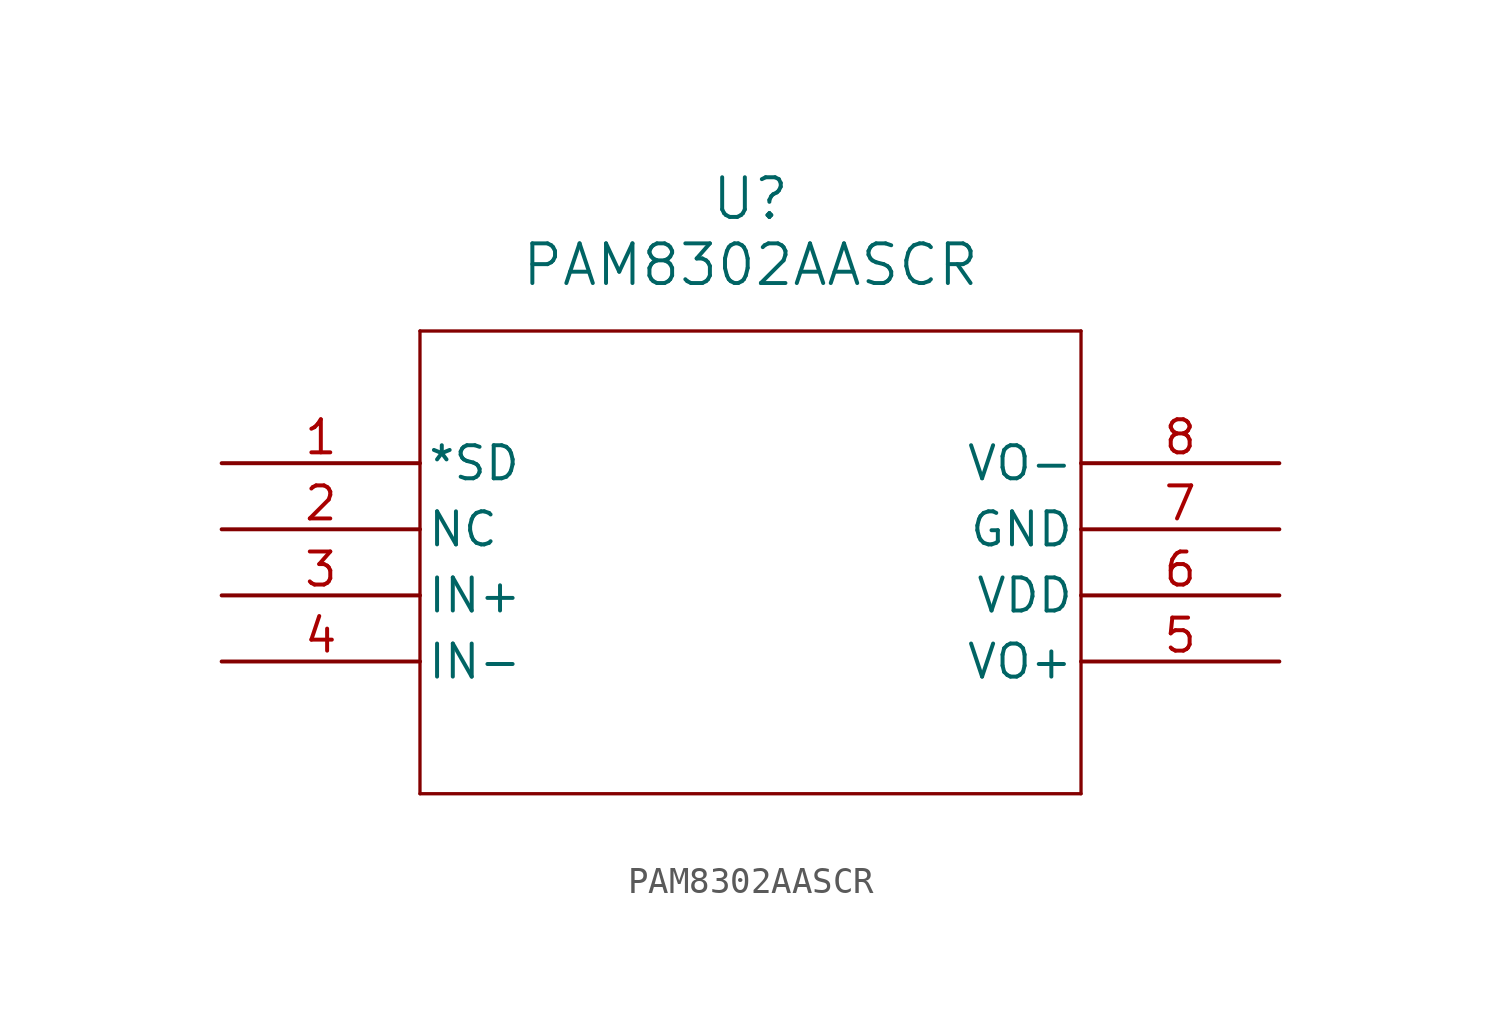
<source format=kicad_sym>
(kicad_symbol_lib
  (version 20211014)
  (generator kicad_symbol_editor)
  (symbol "PAM8302AASCR"
    (pin_names
      (offset 0.254))
    (property "Reference" "U"
      (at 20.32 10.16 0)
      (effects (font (size 1.524 1.524))))
    (property "Value" "PAM8302AASCR"
      (at 20.32 7.62 0)
      (effects (font (size 1.524 1.524))))
    (symbol "PAM8302AASCR_0_1"
      (polyline (pts (xy 7.62 5.08) (xy 7.62 -12.7)) (stroke (width 0.127) (type default) (color 0 0 0 0)) (fill (type none)))
      (polyline (pts (xy 7.62 -12.7) (xy 33.02 -12.7)) (stroke (width 0.127) (type default) (color 0 0 0 0)) (fill (type none)))
      (polyline (pts (xy 33.02 -12.7) (xy 33.02 5.08)) (stroke (width 0.127) (type default) (color 0 0 0 0)) (fill (type none)))
      (polyline (pts (xy 33.02 5.08) (xy 7.62 5.08)) (stroke (width 0.127) (type default) (color 0 0 0 0)) (fill (type none)))
      (pin unspecified line (at 0 0 0) (length 7.62) (name "*SD" (effects (font (size 1.27 1.27)))) (number "1" (effects (font (size 1.27 1.27)))))
      (pin unspecified line (at 0 -2.54 0) (length 7.62) (name "NC" (effects (font (size 1.27 1.27)))) (number "2" (effects (font (size 1.27 1.27)))))
      (pin unspecified line (at 0 -5.08 0) (length 7.62) (name "IN+" (effects (font (size 1.27 1.27)))) (number "3" (effects (font (size 1.27 1.27)))))
      (pin unspecified line (at 0 -7.62 0) (length 7.62) (name "IN-" (effects (font (size 1.27 1.27)))) (number "4" (effects (font (size 1.27 1.27)))))
      (pin unspecified line (at 40.64 -7.62 180) (length 7.62) (name "VO+" (effects (font (size 1.27 1.27)))) (number "5" (effects (font (size 1.27 1.27)))))
      (pin unspecified line (at 40.64 -5.08 180) (length 7.62) (name "VDD" (effects (font (size 1.27 1.27)))) (number "6" (effects (font (size 1.27 1.27)))))
      (pin unspecified line (at 40.64 -2.54 180) (length 7.62) (name "GND" (effects (font (size 1.27 1.27)))) (number "7" (effects (font (size 1.27 1.27)))))
      (pin unspecified line (at 40.64 0 180) (length 7.62) (name "VO-" (effects (font (size 1.27 1.27)))) (number "8" (effects (font (size 1.27 1.27))))))))
</source>
